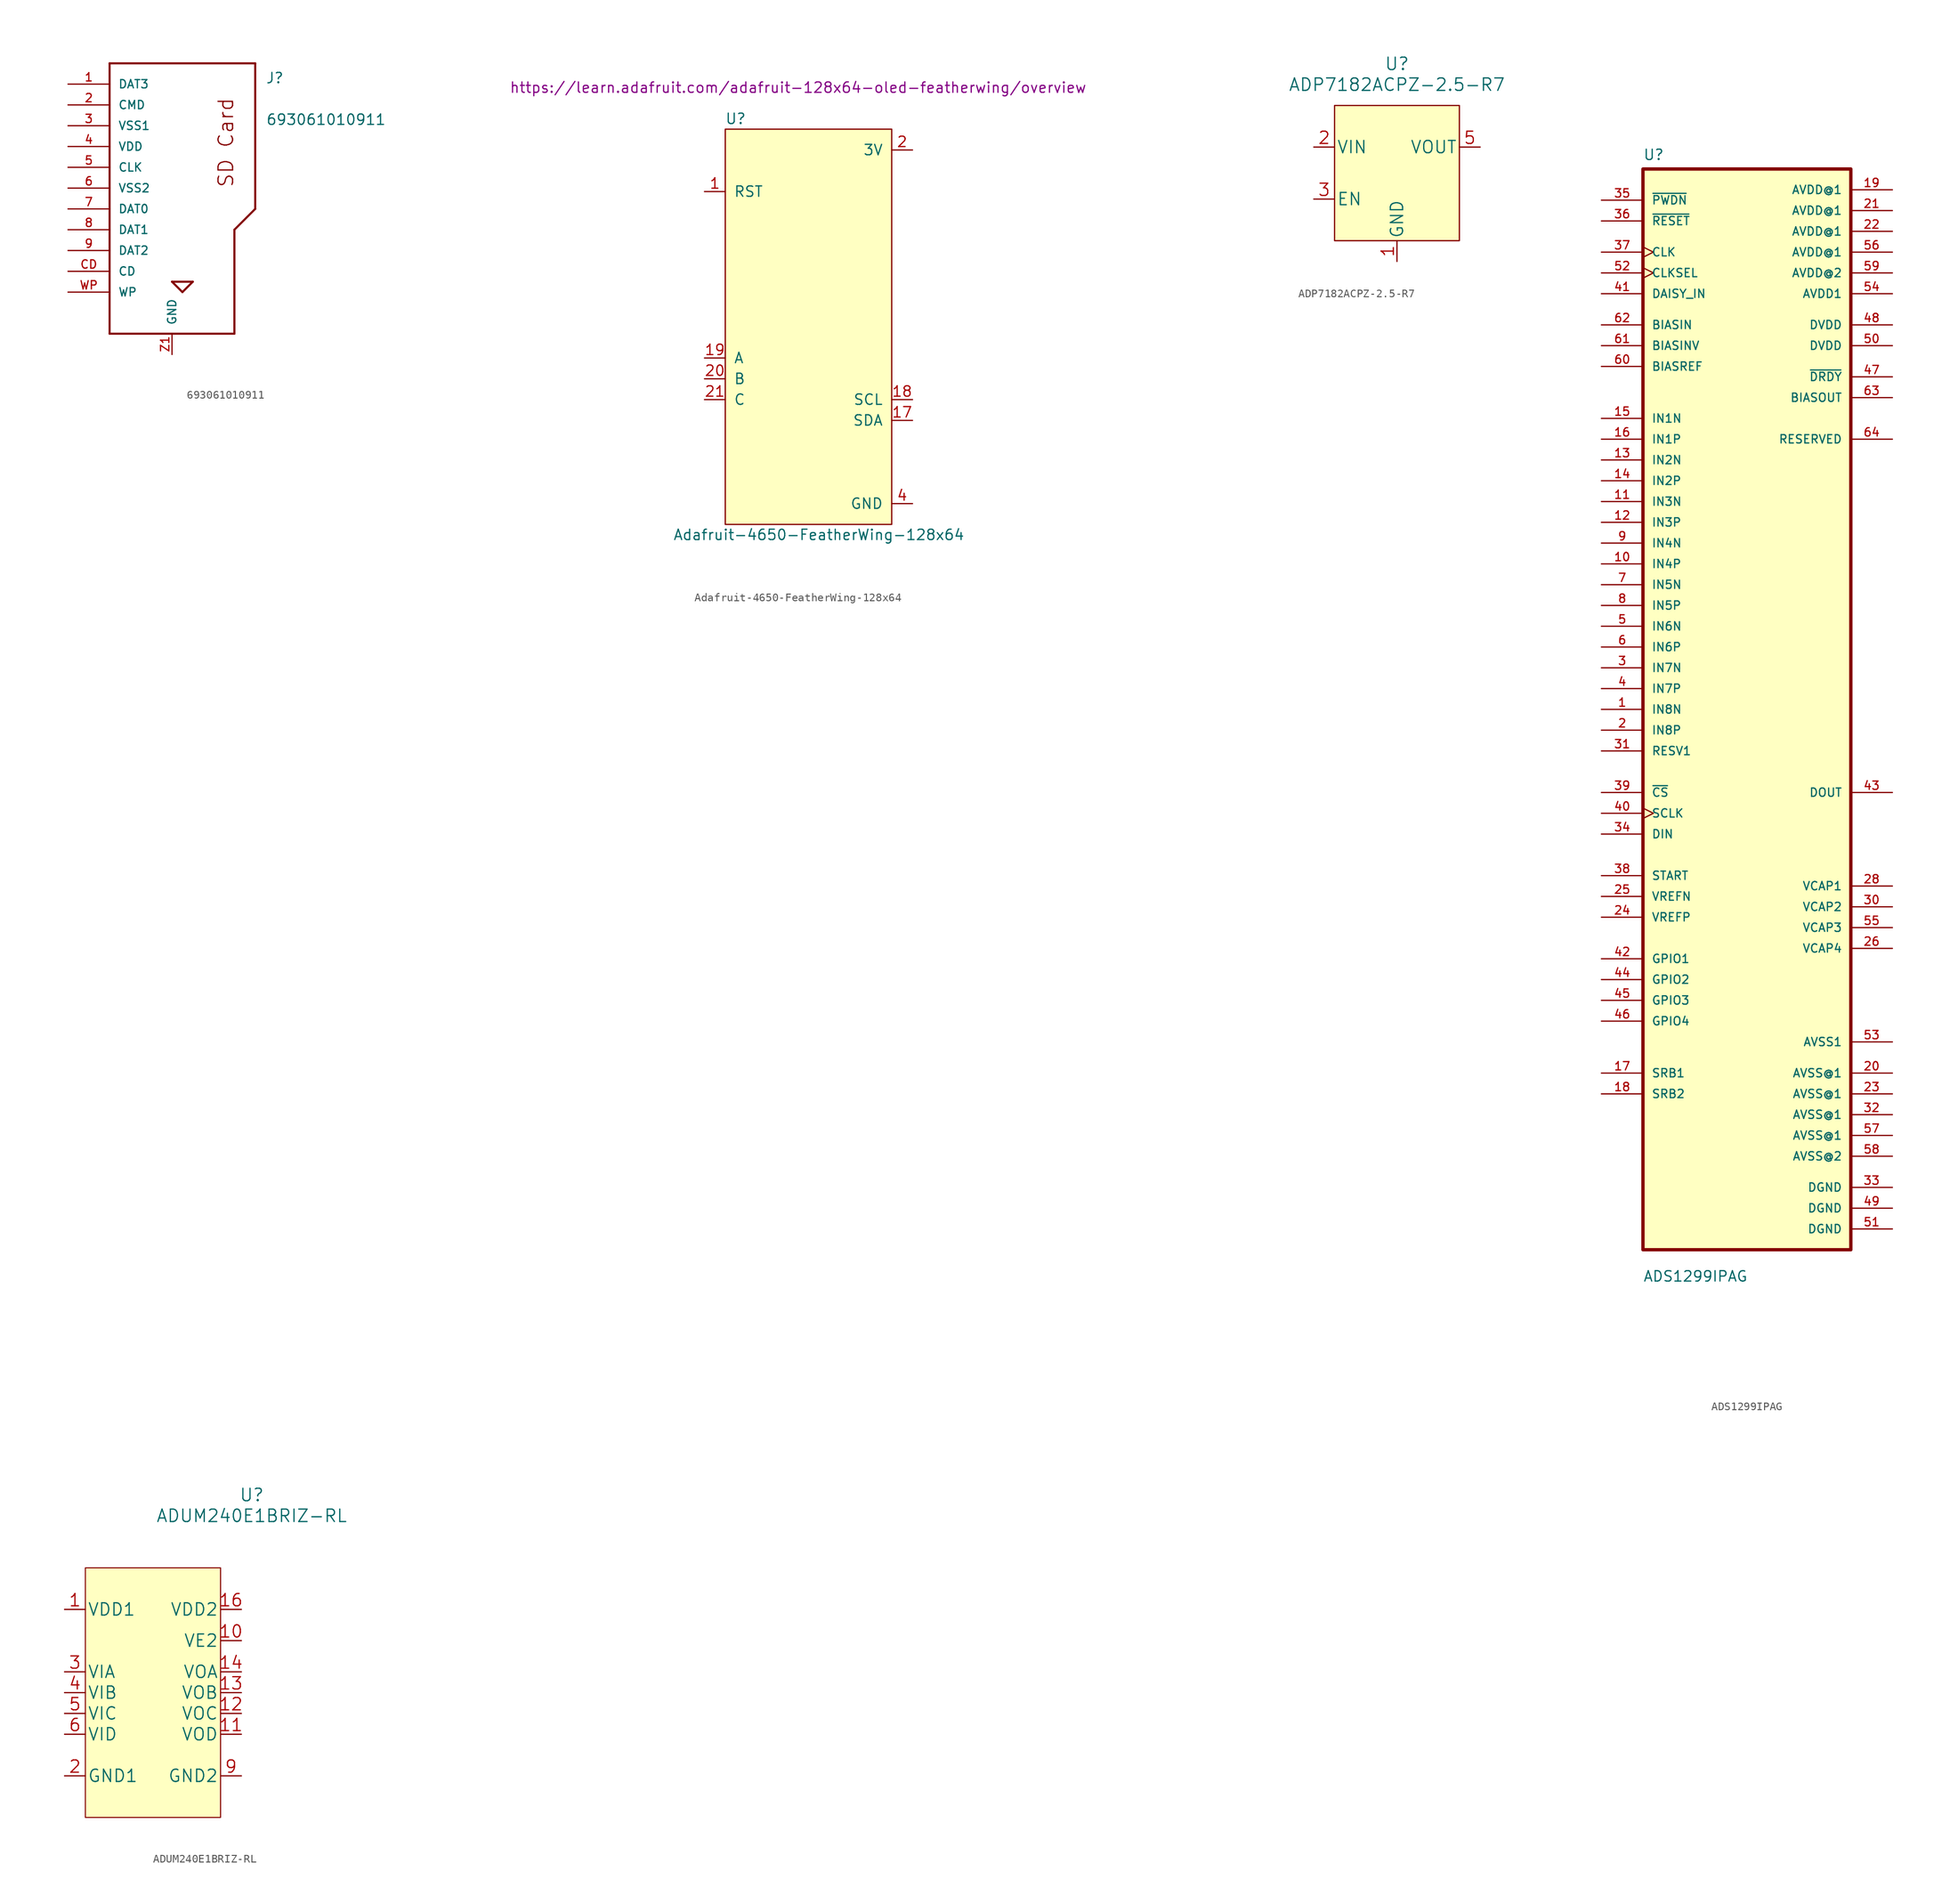
<source format=kicad_sym>
(kicad_symbol_lib
  (version 20211014)
  (generator kicad_symbol_editor)
  (symbol "693061010911"
    (pin_names
      (offset 1.016))
    (property "Reference" "J"
      (at 11.43 10.16 0)
      (effects (font (size 1.27 1.27)) (justify left bottom)))
    (property "Value" "693061010911"
      (at 11.455 5.08 0)
      (effects (font (size 1.27 1.27)) (justify left bottom)))
    (symbol "693061010911_0_0"
      (polyline (pts (xy -7.62 -20.32) (xy 7.62 -20.32)) (stroke (width 0.254) (type default) (color 0 0 0 0)) (fill (type none)))
      (polyline (pts (xy -7.62 12.7) (xy -7.62 -20.32)) (stroke (width 0.254) (type default) (color 0 0 0 0)) (fill (type none)))
      (polyline (pts (xy 0 -13.97) (xy 2.54 -13.97)) (stroke (width 0.254) (type default) (color 0 0 0 0)) (fill (type none)))
      (polyline (pts (xy 1.27 -15.24) (xy 0 -13.97)) (stroke (width 0.254) (type default) (color 0 0 0 0)) (fill (type none)))
      (polyline (pts (xy 2.54 -13.97) (xy 1.27 -15.24)) (stroke (width 0.254) (type default) (color 0 0 0 0)) (fill (type none)))
      (polyline (pts (xy 7.62 -20.32) (xy 7.62 -7.62)) (stroke (width 0.254) (type default) (color 0 0 0 0)) (fill (type none)))
      (polyline (pts (xy 7.62 -7.62) (xy 10.16 -5.08)) (stroke (width 0.254) (type default) (color 0 0 0 0)) (fill (type none)))
      (polyline (pts (xy 10.16 -5.08) (xy 10.16 12.7)) (stroke (width 0.254) (type default) (color 0 0 0 0)) (fill (type none)))
      (polyline (pts (xy 10.16 12.7) (xy -7.62 12.7)) (stroke (width 0.254) (type default) (color 0 0 0 0)) (fill (type none)))
      (text "SD Card" (at 7.62 -2.54 900) (effects (font (size 1.778 1.778)) (justify left bottom)))
      (pin bidirectional line (at -12.7 10.16 0) (length 5.08) (name "DAT3" (effects (font (size 1.016 1.016)))) (number "1" (effects (font (size 1.016 1.016)))))
      (pin bidirectional line (at -12.7 7.62 0) (length 5.08) (name "CMD" (effects (font (size 1.016 1.016)))) (number "2" (effects (font (size 1.016 1.016)))))
      (pin power_in line (at -12.7 5.08 0) (length 5.08) (name "VSS1" (effects (font (size 1.016 1.016)))) (number "3" (effects (font (size 1.016 1.016)))))
      (pin power_in line (at -12.7 2.54 0) (length 5.08) (name "VDD" (effects (font (size 1.016 1.016)))) (number "4" (effects (font (size 1.016 1.016)))))
      (pin bidirectional line (at -12.7 0 0) (length 5.08) (name "CLK" (effects (font (size 1.016 1.016)))) (number "5" (effects (font (size 1.016 1.016)))))
      (pin power_in line (at -12.7 -2.54 0) (length 5.08) (name "VSS2" (effects (font (size 1.016 1.016)))) (number "6" (effects (font (size 1.016 1.016)))))
      (pin bidirectional line (at -12.7 -5.08 0) (length 5.08) (name "DAT0" (effects (font (size 1.016 1.016)))) (number "7" (effects (font (size 1.016 1.016)))))
      (pin bidirectional line (at -12.7 -7.62 0) (length 5.08) (name "DAT1" (effects (font (size 1.016 1.016)))) (number "8" (effects (font (size 1.016 1.016)))))
      (pin bidirectional line (at -12.7 -10.16 0) (length 5.08) (name "DAT2" (effects (font (size 1.016 1.016)))) (number "9" (effects (font (size 1.016 1.016)))))
      (pin bidirectional line (at -12.7 -12.7 0) (length 5.08) (name "CD" (effects (font (size 1.016 1.016)))) (number "CD" (effects (font (size 1.016 1.016)))))
      (pin bidirectional line (at -12.7 -15.24 0) (length 5.08) (name "WP" (effects (font (size 1.016 1.016)))) (number "WP" (effects (font (size 1.016 1.016)))))
      (pin power_in line (at 0 -22.86 90) (length 2.54) (name "GND" (effects (font (size 1.016 1.016)))) (number "Z1" (effects (font (size 1.016 1.016)))))
      (pin passive line (at 0 -22.86 90) (length 2.54) hide (name "GND" (effects (font (size 1.016 1.016)))) (number "Z2" (effects (font (size 1.016 1.016)))))))
  (symbol "Adafruit-4650-FeatherWing-128x64"
    (pin_names
      (offset 1.016))
    (property "Reference" "U"
      (at -8.89 25.4 0)
      (effects (font (size 1.27 1.27))))
    (property "Value" "Adafruit-4650-FeatherWing-128x64"
      (at 1.27 -25.4 0)
      (effects (font (size 1.27 1.27))))
    (property "Datasheet" "https://learn.adafruit.com/adafruit-128x64-oled-featherwing/overview"
      (at -1.27 29.21 0)
      (effects (font (size 1.27 1.27))))
    (symbol "Adafruit-4650-FeatherWing-128x64_0_1"
      (rectangle (start -10.16 24.13) (end 10.16 -24.13) (stroke (width 0) (type default) (color 0 0 0 0)) (fill (type background))))
    (symbol "Adafruit-4650-FeatherWing-128x64_1_1"
      (pin input line (at -12.7 16.51 0) (length 2.54) (name "RST" (effects (font (size 1.27 1.27)))) (number "1" (effects (font (size 1.27 1.27)))))
      (pin bidirectional line (at 12.7 -11.43 180) (length 2.54) (name "SDA" (effects (font (size 1.27 1.27)))) (number "17" (effects (font (size 1.27 1.27)))))
      (pin output line (at 12.7 -8.89 180) (length 2.54) (name "SCL" (effects (font (size 1.27 1.27)))) (number "18" (effects (font (size 1.27 1.27)))))
      (pin bidirectional line (at -12.7 -3.81 0) (length 2.54) (name "A" (effects (font (size 1.27 1.27)))) (number "19" (effects (font (size 1.27 1.27)))))
      (pin power_in line (at 12.7 21.59 180) (length 2.54) (name "3V" (effects (font (size 1.27 1.27)))) (number "2" (effects (font (size 1.27 1.27)))))
      (pin bidirectional line (at -12.7 -6.35 0) (length 2.54) (name "B" (effects (font (size 1.27 1.27)))) (number "20" (effects (font (size 1.27 1.27)))))
      (pin bidirectional line (at -12.7 -8.89 0) (length 2.54) (name "C" (effects (font (size 1.27 1.27)))) (number "21" (effects (font (size 1.27 1.27)))))
      (pin power_in line (at 12.7 -21.59 180) (length 2.54) (name "GND" (effects (font (size 1.27 1.27)))) (number "4" (effects (font (size 1.27 1.27)))))))
  (symbol "ADP7182ACPZ-2.5-R7"
    (pin_names
      (offset 0.254))
    (property "Reference" "U"
      (at 0 12.7 0)
      (effects (font (size 1.524 1.524))))
    (property "Value" "ADP7182ACPZ-2.5-R7"
      (at 0 10.16 0)
      (effects (font (size 1.524 1.524))))
    (property "Datasheet" ""
      (at -22.86 2.54 0)
      (effects (font (size 1.524 1.524))))
    (property "ki_locked" ""
      (at 0 0 0)
      (effects (font (size 1.27 1.27))))
    (symbol "ADP7182ACPZ-2.5-R7_1_1"
      (rectangle (start -7.62 7.62) (end 7.62 -8.89) (stroke (width 0) (type default) (color 0 0 0 0)) (fill (type background)))
      (pin power_in line (at 0 -11.43 90) (length 2.54) (name "GND" (effects (font (size 1.499 1.499)))) (number "1" (effects (font (size 1.499 1.499)))))
      (pin power_in line (at -10.16 2.54 0) (length 2.54) (name "VIN" (effects (font (size 1.499 1.499)))) (number "2" (effects (font (size 1.499 1.499)))))
      (pin input line (at -10.16 -3.81 0) (length 2.54) (name "EN" (effects (font (size 1.499 1.499)))) (number "3" (effects (font (size 1.499 1.499)))))
      (pin passive line (at 10.16 -2.54 180) (length 2.54) hide (name "NC" (effects (font (size 1.499 1.499)))) (number "4" (effects (font (size 1.499 1.499)))))
      (pin power_out line (at 10.16 2.54 180) (length 2.54) (name "VOUT" (effects (font (size 1.499 1.499)))) (number "5" (effects (font (size 1.499 1.499)))))))
  (symbol "ADS1299IPAG"
    (pin_names
      (offset 1.016))
    (property "Reference" "U"
      (at -12.7 67.031 0)
      (effects (font (size 1.27 1.27)) (justify left bottom)))
    (property "Value" "ADS1299IPAG"
      (at -12.7 -70.028 0)
      (effects (font (size 1.27 1.27)) (justify left bottom)))
    (symbol "ADS1299IPAG_0_0"
      (rectangle (start -12.7 -66.04) (end 12.7 66.04) (stroke (width 0.406) (type default) (color 0 0 0 0)) (fill (type background)))
      (pin input line (at -17.78 0 0) (length 5.08) (name "IN8N" (effects (font (size 1.016 1.016)))) (number "1" (effects (font (size 1.016 1.016)))))
      (pin input line (at -17.78 17.78 0) (length 5.08) (name "IN4P" (effects (font (size 1.016 1.016)))) (number "10" (effects (font (size 1.016 1.016)))))
      (pin input line (at -17.78 25.4 0) (length 5.08) (name "IN3N" (effects (font (size 1.016 1.016)))) (number "11" (effects (font (size 1.016 1.016)))))
      (pin input line (at -17.78 22.86 0) (length 5.08) (name "IN3P" (effects (font (size 1.016 1.016)))) (number "12" (effects (font (size 1.016 1.016)))))
      (pin input line (at -17.78 30.48 0) (length 5.08) (name "IN2N" (effects (font (size 1.016 1.016)))) (number "13" (effects (font (size 1.016 1.016)))))
      (pin input line (at -17.78 27.94 0) (length 5.08) (name "IN2P" (effects (font (size 1.016 1.016)))) (number "14" (effects (font (size 1.016 1.016)))))
      (pin input line (at -17.78 35.56 0) (length 5.08) (name "IN1N" (effects (font (size 1.016 1.016)))) (number "15" (effects (font (size 1.016 1.016)))))
      (pin input line (at -17.78 33.02 0) (length 5.08) (name "IN1P" (effects (font (size 1.016 1.016)))) (number "16" (effects (font (size 1.016 1.016)))))
      (pin bidirectional line (at -17.78 -44.45 0) (length 5.08) (name "SRB1" (effects (font (size 1.016 1.016)))) (number "17" (effects (font (size 1.016 1.016)))))
      (pin bidirectional line (at -17.78 -46.99 0) (length 5.08) (name "SRB2" (effects (font (size 1.016 1.016)))) (number "18" (effects (font (size 1.016 1.016)))))
      (pin power_in line (at 17.78 63.5 180) (length 5.08) (name "AVDD@1" (effects (font (size 1.016 1.016)))) (number "19" (effects (font (size 1.016 1.016)))))
      (pin input line (at -17.78 -2.54 0) (length 5.08) (name "IN8P" (effects (font (size 1.016 1.016)))) (number "2" (effects (font (size 1.016 1.016)))))
      (pin power_in line (at 17.78 -44.45 180) (length 5.08) (name "AVSS@1" (effects (font (size 1.016 1.016)))) (number "20" (effects (font (size 1.016 1.016)))))
      (pin power_in line (at 17.78 60.96 180) (length 5.08) (name "AVDD@1" (effects (font (size 1.016 1.016)))) (number "21" (effects (font (size 1.016 1.016)))))
      (pin power_in line (at 17.78 58.42 180) (length 5.08) (name "AVDD@1" (effects (font (size 1.016 1.016)))) (number "22" (effects (font (size 1.016 1.016)))))
      (pin power_in line (at 17.78 -46.99 180) (length 5.08) (name "AVSS@1" (effects (font (size 1.016 1.016)))) (number "23" (effects (font (size 1.016 1.016)))))
      (pin input line (at -17.78 -25.4 0) (length 5.08) (name "VREFP" (effects (font (size 1.016 1.016)))) (number "24" (effects (font (size 1.016 1.016)))))
      (pin input line (at -17.78 -22.86 0) (length 5.08) (name "VREFN" (effects (font (size 1.016 1.016)))) (number "25" (effects (font (size 1.016 1.016)))))
      (pin bidirectional line (at 17.78 -29.21 180) (length 5.08) (name "VCAP4" (effects (font (size 1.016 1.016)))) (number "26" (effects (font (size 1.016 1.016)))))
      (pin output line (at 17.78 -21.59 180) (length 5.08) (name "VCAP1" (effects (font (size 1.016 1.016)))) (number "28" (effects (font (size 1.016 1.016)))))
      (pin input line (at -17.78 5.08 0) (length 5.08) (name "IN7N" (effects (font (size 1.016 1.016)))) (number "3" (effects (font (size 1.016 1.016)))))
      (pin output line (at 17.78 -24.13 180) (length 5.08) (name "VCAP2" (effects (font (size 1.016 1.016)))) (number "30" (effects (font (size 1.016 1.016)))))
      (pin input line (at -17.78 -5.08 0) (length 5.08) (name "RESV1" (effects (font (size 1.016 1.016)))) (number "31" (effects (font (size 1.016 1.016)))))
      (pin power_in line (at 17.78 -49.53 180) (length 5.08) (name "AVSS@1" (effects (font (size 1.016 1.016)))) (number "32" (effects (font (size 1.016 1.016)))))
      (pin power_in line (at 17.78 -58.42 180) (length 5.08) (name "DGND" (effects (font (size 1.016 1.016)))) (number "33" (effects (font (size 1.016 1.016)))))
      (pin input line (at -17.78 -15.24 0) (length 5.08) (name "DIN" (effects (font (size 1.016 1.016)))) (number "34" (effects (font (size 1.016 1.016)))))
      (pin input line (at -17.78 62.23 0) (length 5.08) (name "~{PWDN}" (effects (font (size 1.016 1.016)))) (number "35" (effects (font (size 1.016 1.016)))))
      (pin input line (at -17.78 59.69 0) (length 5.08) (name "~{RESET}" (effects (font (size 1.016 1.016)))) (number "36" (effects (font (size 1.016 1.016)))))
      (pin input clock (at -17.78 55.88 0) (length 5.08) (name "CLK" (effects (font (size 1.016 1.016)))) (number "37" (effects (font (size 1.016 1.016)))))
      (pin input line (at -17.78 -20.32 0) (length 5.08) (name "START" (effects (font (size 1.016 1.016)))) (number "38" (effects (font (size 1.016 1.016)))))
      (pin input line (at -17.78 -10.16 0) (length 5.08) (name "~{CS}" (effects (font (size 1.016 1.016)))) (number "39" (effects (font (size 1.016 1.016)))))
      (pin input line (at -17.78 2.54 0) (length 5.08) (name "IN7P" (effects (font (size 1.016 1.016)))) (number "4" (effects (font (size 1.016 1.016)))))
      (pin input clock (at -17.78 -12.7 0) (length 5.08) (name "SCLK" (effects (font (size 1.016 1.016)))) (number "40" (effects (font (size 1.016 1.016)))))
      (pin input line (at -17.78 50.8 0) (length 5.08) (name "DAISY_IN" (effects (font (size 1.016 1.016)))) (number "41" (effects (font (size 1.016 1.016)))))
      (pin bidirectional line (at -17.78 -30.48 0) (length 5.08) (name "GPIO1" (effects (font (size 1.016 1.016)))) (number "42" (effects (font (size 1.016 1.016)))))
      (pin output line (at 17.78 -10.16 180) (length 5.08) (name "DOUT" (effects (font (size 1.016 1.016)))) (number "43" (effects (font (size 1.016 1.016)))))
      (pin bidirectional line (at -17.78 -33.02 0) (length 5.08) (name "GPIO2" (effects (font (size 1.016 1.016)))) (number "44" (effects (font (size 1.016 1.016)))))
      (pin bidirectional line (at -17.78 -35.56 0) (length 5.08) (name "GPIO3" (effects (font (size 1.016 1.016)))) (number "45" (effects (font (size 1.016 1.016)))))
      (pin bidirectional line (at -17.78 -38.1 0) (length 5.08) (name "GPIO4" (effects (font (size 1.016 1.016)))) (number "46" (effects (font (size 1.016 1.016)))))
      (pin output line (at 17.78 40.64 180) (length 5.08) (name "~{DRDY}" (effects (font (size 1.016 1.016)))) (number "47" (effects (font (size 1.016 1.016)))))
      (pin power_in line (at 17.78 46.99 180) (length 5.08) (name "DVDD" (effects (font (size 1.016 1.016)))) (number "48" (effects (font (size 1.016 1.016)))))
      (pin power_in line (at 17.78 -60.96 180) (length 5.08) (name "DGND" (effects (font (size 1.016 1.016)))) (number "49" (effects (font (size 1.016 1.016)))))
      (pin input line (at -17.78 10.16 0) (length 5.08) (name "IN6N" (effects (font (size 1.016 1.016)))) (number "5" (effects (font (size 1.016 1.016)))))
      (pin power_in line (at 17.78 44.45 180) (length 5.08) (name "DVDD" (effects (font (size 1.016 1.016)))) (number "50" (effects (font (size 1.016 1.016)))))
      (pin power_in line (at 17.78 -63.5 180) (length 5.08) (name "DGND" (effects (font (size 1.016 1.016)))) (number "51" (effects (font (size 1.016 1.016)))))
      (pin input clock (at -17.78 53.34 0) (length 5.08) (name "CLKSEL" (effects (font (size 1.016 1.016)))) (number "52" (effects (font (size 1.016 1.016)))))
      (pin power_in line (at 17.78 -40.64 180) (length 5.08) (name "AVSS1" (effects (font (size 1.016 1.016)))) (number "53" (effects (font (size 1.016 1.016)))))
      (pin power_in line (at 17.78 50.8 180) (length 5.08) (name "AVDD1" (effects (font (size 1.016 1.016)))) (number "54" (effects (font (size 1.016 1.016)))))
      (pin bidirectional line (at 17.78 -26.67 180) (length 5.08) (name "VCAP3" (effects (font (size 1.016 1.016)))) (number "55" (effects (font (size 1.016 1.016)))))
      (pin power_in line (at 17.78 55.88 180) (length 5.08) (name "AVDD@1" (effects (font (size 1.016 1.016)))) (number "56" (effects (font (size 1.016 1.016)))))
      (pin power_in line (at 17.78 -52.07 180) (length 5.08) (name "AVSS@1" (effects (font (size 1.016 1.016)))) (number "57" (effects (font (size 1.016 1.016)))))
      (pin power_in line (at 17.78 -54.61 180) (length 5.08) (name "AVSS@2" (effects (font (size 1.016 1.016)))) (number "58" (effects (font (size 1.016 1.016)))))
      (pin power_in line (at 17.78 53.34 180) (length 5.08) (name "AVDD@2" (effects (font (size 1.016 1.016)))) (number "59" (effects (font (size 1.016 1.016)))))
      (pin input line (at -17.78 7.62 0) (length 5.08) (name "IN6P" (effects (font (size 1.016 1.016)))) (number "6" (effects (font (size 1.016 1.016)))))
      (pin input line (at -17.78 41.91 0) (length 5.08) (name "BIASREF" (effects (font (size 1.016 1.016)))) (number "60" (effects (font (size 1.016 1.016)))))
      (pin input line (at -17.78 44.45 0) (length 5.08) (name "BIASINV" (effects (font (size 1.016 1.016)))) (number "61" (effects (font (size 1.016 1.016)))))
      (pin input line (at -17.78 46.99 0) (length 5.08) (name "BIASIN" (effects (font (size 1.016 1.016)))) (number "62" (effects (font (size 1.016 1.016)))))
      (pin output line (at 17.78 38.1 180) (length 5.08) (name "BIASOUT" (effects (font (size 1.016 1.016)))) (number "63" (effects (font (size 1.016 1.016)))))
      (pin output line (at 17.78 33.02 180) (length 5.08) (name "RESERVED" (effects (font (size 1.016 1.016)))) (number "64" (effects (font (size 1.016 1.016)))))
      (pin input line (at -17.78 15.24 0) (length 5.08) (name "IN5N" (effects (font (size 1.016 1.016)))) (number "7" (effects (font (size 1.016 1.016)))))
      (pin input line (at -17.78 12.7 0) (length 5.08) (name "IN5P" (effects (font (size 1.016 1.016)))) (number "8" (effects (font (size 1.016 1.016)))))
      (pin input line (at -17.78 20.32 0) (length 5.08) (name "IN4N" (effects (font (size 1.016 1.016)))) (number "9" (effects (font (size 1.016 1.016)))))))
  (symbol "ADUM240E1BRIZ-RL"
    (pin_names
      (offset 0.254))
    (property "Reference" "U"
      (at 17.78 21.59 0)
      (effects (font (size 1.524 1.524))))
    (property "Value" "ADUM240E1BRIZ-RL"
      (at 17.78 19.05 0)
      (effects (font (size 1.524 1.524))))
    (property "Datasheet" ""
      (at 2.54 0 0)
      (effects (font (size 1.524 1.524))))
    (property "ki_locked" ""
      (at 0 0 0)
      (effects (font (size 1.27 1.27))))
    (symbol "ADUM240E1BRIZ-RL_1_1"
      (rectangle (start -2.54 12.7) (end 13.97 -17.78) (stroke (width 0.127) (type default) (color 0 0 0 0)) (fill (type background)))
      (pin power_in line (at -5.08 7.62 0) (length 2.54) (name "VDD1" (effects (font (size 1.499 1.499)))) (number "1" (effects (font (size 1.499 1.499)))))
      (pin input line (at 16.51 3.81 180) (length 2.54) (name "VE2" (effects (font (size 1.499 1.499)))) (number "10" (effects (font (size 1.499 1.499)))))
      (pin output line (at 16.51 -7.62 180) (length 2.54) (name "VOD" (effects (font (size 1.499 1.499)))) (number "11" (effects (font (size 1.499 1.499)))))
      (pin output line (at 16.51 -5.08 180) (length 2.54) (name "VOC" (effects (font (size 1.499 1.499)))) (number "12" (effects (font (size 1.499 1.499)))))
      (pin output line (at 16.51 -2.54 180) (length 2.54) (name "VOB" (effects (font (size 1.499 1.499)))) (number "13" (effects (font (size 1.499 1.499)))))
      (pin output line (at 16.51 0 180) (length 2.54) (name "VOA" (effects (font (size 1.499 1.499)))) (number "14" (effects (font (size 1.499 1.499)))))
      (pin passive line (at 16.51 -12.7 180) (length 2.54) hide (name "GND2" (effects (font (size 1.499 1.499)))) (number "15" (effects (font (size 1.499 1.499)))))
      (pin power_in line (at 16.51 7.62 180) (length 2.54) (name "VDD2" (effects (font (size 1.499 1.499)))) (number "16" (effects (font (size 1.499 1.499)))))
      (pin power_in line (at -5.08 -12.7 0) (length 2.54) (name "GND1" (effects (font (size 1.499 1.499)))) (number "2" (effects (font (size 1.499 1.499)))))
      (pin input line (at -5.08 0 0) (length 2.54) (name "VIA" (effects (font (size 1.499 1.499)))) (number "3" (effects (font (size 1.499 1.499)))))
      (pin input line (at -5.08 -2.54 0) (length 2.54) (name "VIB" (effects (font (size 1.499 1.499)))) (number "4" (effects (font (size 1.499 1.499)))))
      (pin input line (at -5.08 -5.08 0) (length 2.54) (name "VIC" (effects (font (size 1.499 1.499)))) (number "5" (effects (font (size 1.499 1.499)))))
      (pin input line (at -5.08 -7.62 0) (length 2.54) (name "VID" (effects (font (size 1.499 1.499)))) (number "6" (effects (font (size 1.499 1.499)))))
      (pin passive line (at -5.08 -12.7 0) (length 2.54) hide (name "GND1" (effects (font (size 1.499 1.499)))) (number "8" (effects (font (size 1.499 1.499)))))
      (pin power_in line (at 16.51 -12.7 180) (length 2.54) (name "GND2" (effects (font (size 1.499 1.499)))) (number "9" (effects (font (size 1.499 1.499))))))))
</source>
